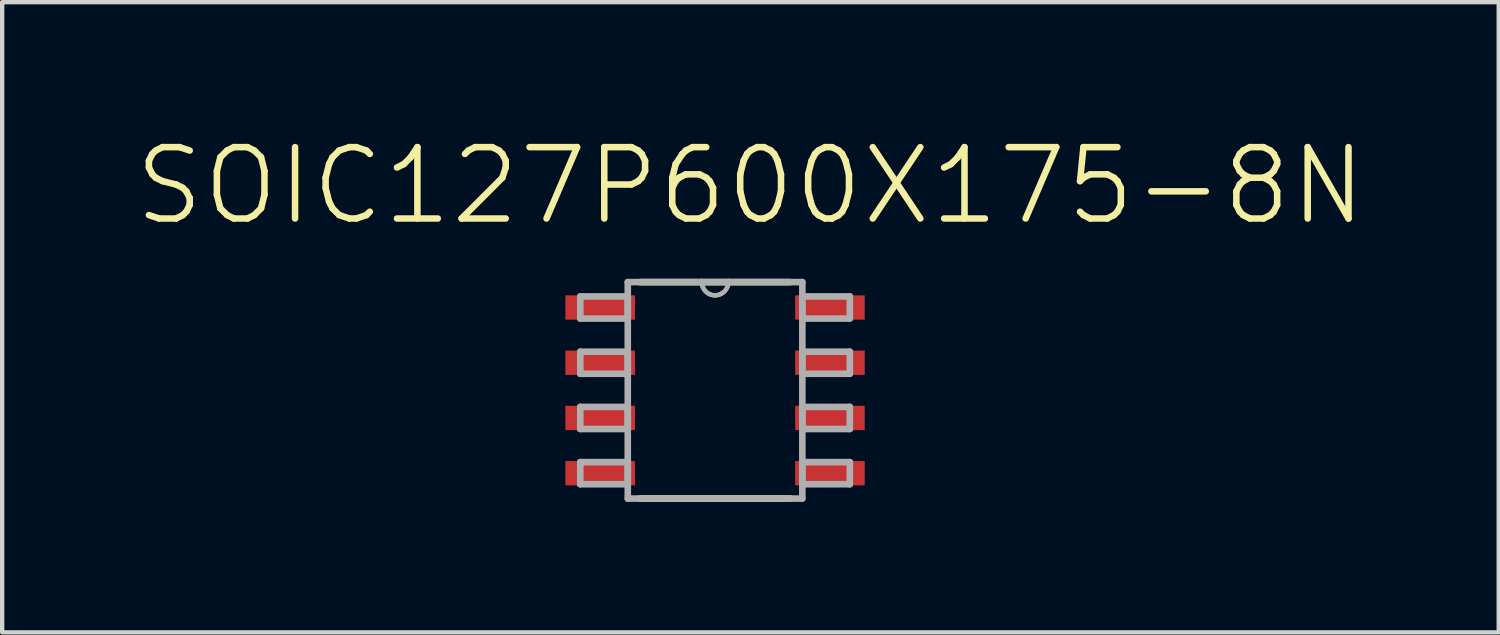
<source format=kicad_pcb>
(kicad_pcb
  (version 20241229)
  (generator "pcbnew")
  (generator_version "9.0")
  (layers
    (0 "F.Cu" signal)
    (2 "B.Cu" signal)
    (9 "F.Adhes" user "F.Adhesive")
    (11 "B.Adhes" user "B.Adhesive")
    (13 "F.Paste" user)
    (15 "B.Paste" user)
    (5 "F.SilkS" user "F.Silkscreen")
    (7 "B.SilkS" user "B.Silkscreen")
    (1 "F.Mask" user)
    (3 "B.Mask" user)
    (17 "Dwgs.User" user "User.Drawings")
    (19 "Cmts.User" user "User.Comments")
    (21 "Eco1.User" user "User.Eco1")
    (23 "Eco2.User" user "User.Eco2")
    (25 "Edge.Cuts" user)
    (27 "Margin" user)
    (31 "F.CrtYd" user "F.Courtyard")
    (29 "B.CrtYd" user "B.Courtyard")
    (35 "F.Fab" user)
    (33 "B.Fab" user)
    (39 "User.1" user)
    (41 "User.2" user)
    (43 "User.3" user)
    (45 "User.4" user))
  (footprint "SOIC127P600X175-8N"
    (layer "F.Cu")
    (at 13.393 5.926)
    (property "Reference" "SOIC127P600X175-8N" (at 0.813 -4.703 0) (layer "F.SilkS") (effects (font (size 1.641 1.641) (thickness 0.15))))
    (attr smd)
    (fp_line (start -1.727 2.489) (end 1.727 2.489) (stroke (width 0.152) (type solid)) (layer "F.SilkS"))
    (fp_line (start -0.305 -2.489) (end -1.727 -2.489) (stroke (width 0.152) (type solid)) (layer "F.SilkS"))
    (fp_line (start 0.305 -2.489) (end -0.305 -2.489) (stroke (width 0.152) (type solid)) (layer "F.SilkS"))
    (fp_line (start 1.727 -2.489) (end 0.305 -2.489) (stroke (width 0.152) (type solid)) (layer "F.SilkS"))
    (fp_arc (start 0.3048 -2.4892) (mid 0 -2.1844) (end -0.3048 -2.4892) (stroke (width 0.1) (type solid)) (layer "F.SilkS"))
    (fp_line (start -3.099 -2.159) (end -3.099 -1.651) (stroke (width 0.152) (type solid)) (layer "F.Fab"))
    (fp_line (start -3.099 -1.651) (end -2.007 -1.651) (stroke (width 0.152) (type solid)) (layer "F.Fab"))
    (fp_line (start -3.099 -0.889) (end -3.099 -0.381) (stroke (width 0.152) (type solid)) (layer "F.Fab"))
    (fp_line (start -3.099 -0.381) (end -2.007 -0.381) (stroke (width 0.152) (type solid)) (layer "F.Fab"))
    (fp_line (start -3.099 0.381) (end -3.099 0.889) (stroke (width 0.152) (type solid)) (layer "F.Fab"))
    (fp_line (start -3.099 0.889) (end -2.007 0.889) (stroke (width 0.152) (type solid)) (layer "F.Fab"))
    (fp_line (start -3.099 1.651) (end -3.099 2.159) (stroke (width 0.152) (type solid)) (layer "F.Fab"))
    (fp_line (start -3.099 2.159) (end -2.007 2.159) (stroke (width 0.152) (type solid)) (layer "F.Fab"))
    (fp_line (start -2.007 -2.489) (end -2.007 2.489) (stroke (width 0.152) (type solid)) (layer "F.Fab"))
    (fp_line (start -2.007 -2.159) (end -3.099 -2.159) (stroke (width 0.152) (type solid)) (layer "F.Fab"))
    (fp_line (start -2.007 -1.651) (end -2.007 -2.159) (stroke (width 0.152) (type solid)) (layer "F.Fab"))
    (fp_line (start -2.007 -0.889) (end -3.099 -0.889) (stroke (width 0.152) (type solid)) (layer "F.Fab"))
    (fp_line (start -2.007 -0.381) (end -2.007 -0.889) (stroke (width 0.152) (type solid)) (layer "F.Fab"))
    (fp_line (start -2.007 0.381) (end -3.099 0.381) (stroke (width 0.152) (type solid)) (layer "F.Fab"))
    (fp_line (start -2.007 0.889) (end -2.007 0.381) (stroke (width 0.152) (type solid)) (layer "F.Fab"))
    (fp_line (start -2.007 1.651) (end -3.099 1.651) (stroke (width 0.152) (type solid)) (layer "F.Fab"))
    (fp_line (start -2.007 2.159) (end -2.007 1.651) (stroke (width 0.152) (type solid)) (layer "F.Fab"))
    (fp_line (start -2.007 2.489) (end 2.007 2.489) (stroke (width 0.152) (type solid)) (layer "F.Fab"))
    (fp_line (start -0.305 -2.489) (end -2.007 -2.489) (stroke (width 0.152) (type solid)) (layer "F.Fab"))
    (fp_line (start 0.305 -2.489) (end -0.305 -2.489) (stroke (width 0.152) (type solid)) (layer "F.Fab"))
    (fp_line (start 2.007 -2.489) (end 0.305 -2.489) (stroke (width 0.152) (type solid)) (layer "F.Fab"))
    (fp_line (start 2.007 -2.159) (end 2.007 -1.651) (stroke (width 0.152) (type solid)) (layer "F.Fab"))
    (fp_line (start 2.007 -1.651) (end 3.099 -1.651) (stroke (width 0.152) (type solid)) (layer "F.Fab"))
    (fp_line (start 2.007 -0.889) (end 2.007 -0.381) (stroke (width 0.152) (type solid)) (layer "F.Fab"))
    (fp_line (start 2.007 -0.381) (end 3.099 -0.381) (stroke (width 0.152) (type solid)) (layer "F.Fab"))
    (fp_line (start 2.007 0.381) (end 2.007 0.889) (stroke (width 0.152) (type solid)) (layer "F.Fab"))
    (fp_line (start 2.007 0.889) (end 3.099 0.889) (stroke (width 0.152) (type solid)) (layer "F.Fab"))
    (fp_line (start 2.007 1.651) (end 2.007 2.159) (stroke (width 0.152) (type solid)) (layer "F.Fab"))
    (fp_line (start 2.007 2.159) (end 3.099 2.159) (stroke (width 0.152) (type solid)) (layer "F.Fab"))
    (fp_line (start 2.007 2.489) (end 2.007 -2.489) (stroke (width 0.152) (type solid)) (layer "F.Fab"))
    (fp_line (start 3.099 -2.159) (end 2.007 -2.159) (stroke (width 0.152) (type solid)) (layer "F.Fab"))
    (fp_line (start 3.099 -1.651) (end 3.099 -2.159) (stroke (width 0.152) (type solid)) (layer "F.Fab"))
    (fp_line (start 3.099 -0.889) (end 2.007 -0.889) (stroke (width 0.152) (type solid)) (layer "F.Fab"))
    (fp_line (start 3.099 -0.381) (end 3.099 -0.889) (stroke (width 0.152) (type solid)) (layer "F.Fab"))
    (fp_line (start 3.099 0.381) (end 2.007 0.381) (stroke (width 0.152) (type solid)) (layer "F.Fab"))
    (fp_line (start 3.099 0.889) (end 3.099 0.381) (stroke (width 0.152) (type solid)) (layer "F.Fab"))
    (fp_line (start 3.099 1.651) (end 2.007 1.651) (stroke (width 0.152) (type solid)) (layer "F.Fab"))
    (fp_line (start 3.099 2.159) (end 3.099 1.651) (stroke (width 0.152) (type solid)) (layer "F.Fab"))
    (fp_arc (start 0.3048 -2.4892) (mid 0 -2.1844) (end -0.3048 -2.4892) (stroke (width 0.1) (type solid)) (layer "F.Fab"))
    (pad "1" smd rect (at -2.642 -1.905) (size 1.6 0.559) (layers "F.Cu" "F.Mask" "F.Paste"))
    (pad "2" smd rect (at -2.642 -0.635) (size 1.6 0.559) (layers "F.Cu" "F.Mask" "F.Paste"))
    (pad "3" smd rect (at -2.642 0.635) (size 1.6 0.559) (layers "F.Cu" "F.Mask" "F.Paste"))
    (pad "4" smd rect (at -2.642 1.905) (size 1.6 0.559) (layers "F.Cu" "F.Mask" "F.Paste"))
    (pad "5" smd rect (at 2.642 1.905) (size 1.6 0.559) (layers "F.Cu" "F.Mask" "F.Paste"))
    (pad "6" smd rect (at 2.642 0.635) (size 1.6 0.559) (layers "F.Cu" "F.Mask" "F.Paste"))
    (pad "7" smd rect (at 2.642 -0.635) (size 1.6 0.559) (layers "F.Cu" "F.Mask" "F.Paste"))
    (pad "8" smd rect (at 2.642 -1.905) (size 1.6 0.559) (layers "F.Cu" "F.Mask" "F.Paste")))
  (gr_rect
    (start -3 -3)
    (end 31.414 11.491)
    (stroke (width 0.1) (type default))
    (fill no)
    (layer "Edge.Cuts")))
</source>
